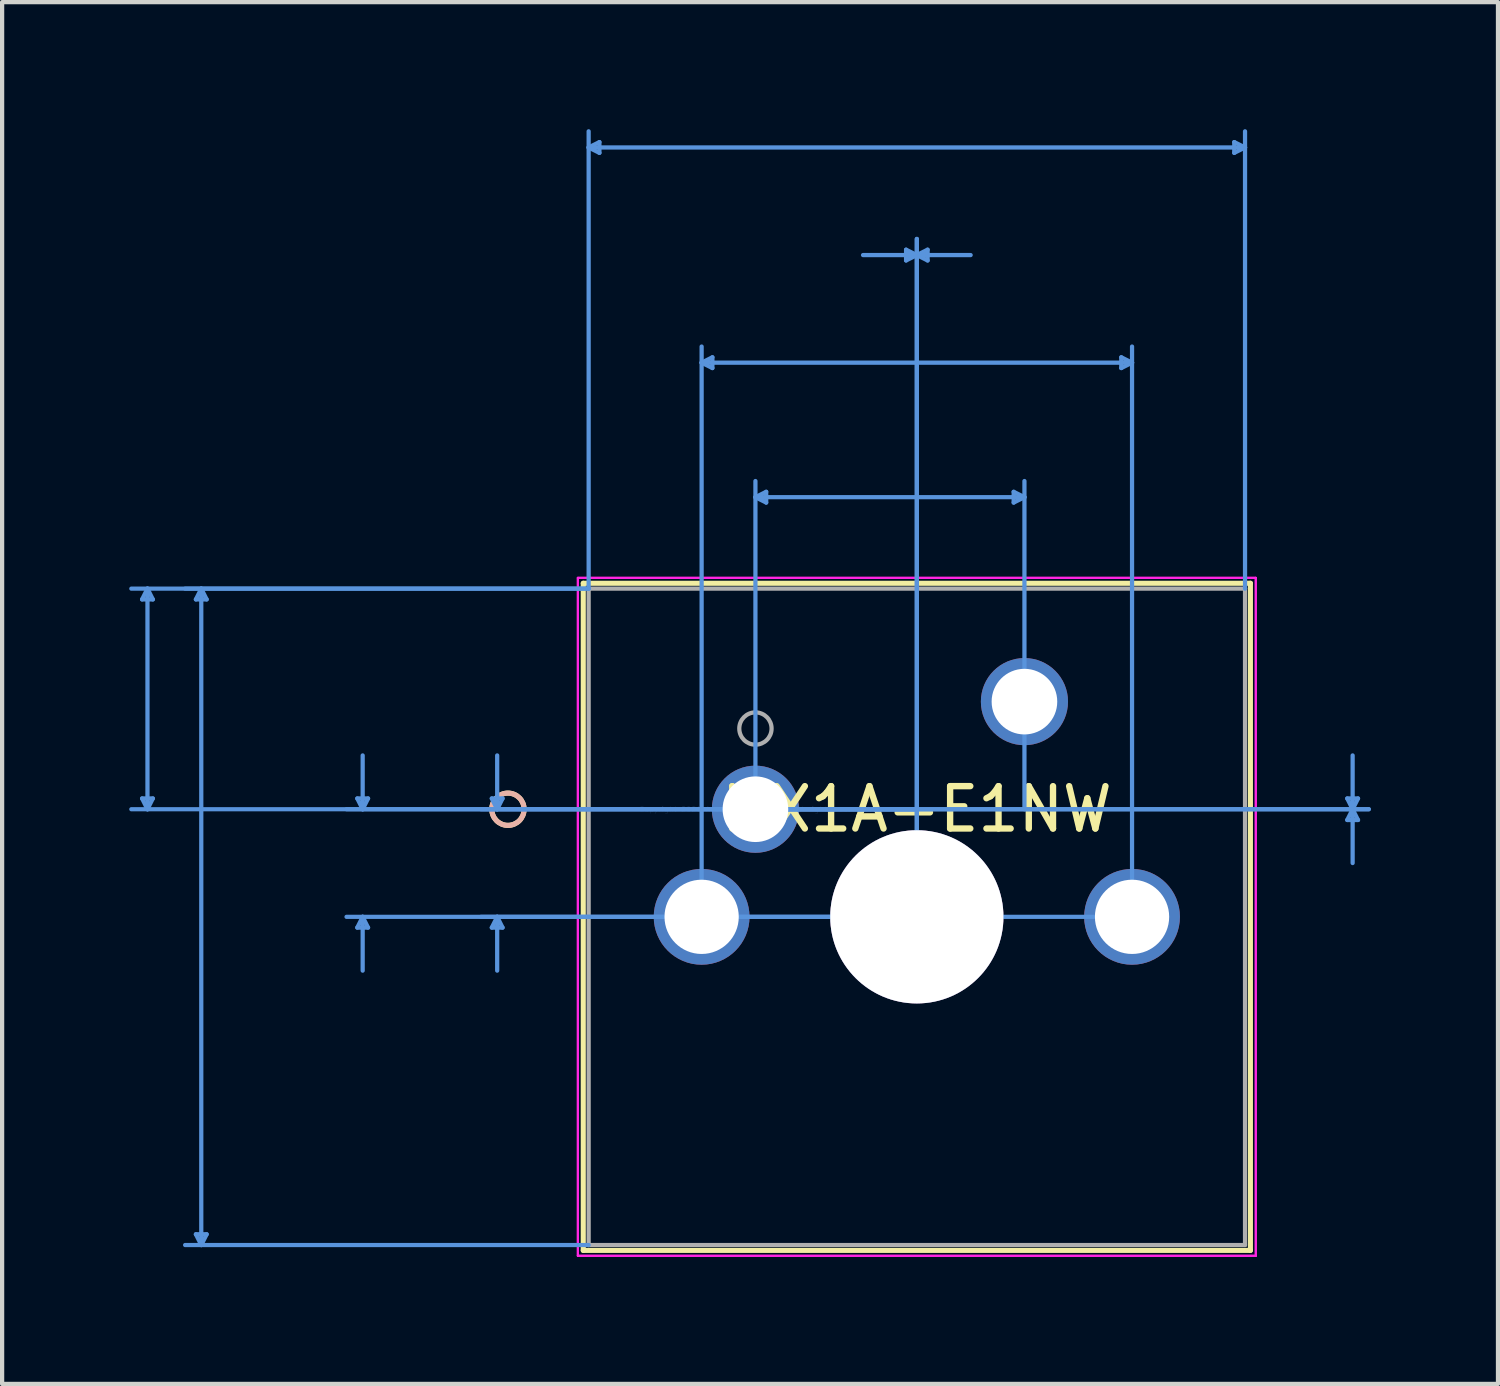
<source format=kicad_pcb>
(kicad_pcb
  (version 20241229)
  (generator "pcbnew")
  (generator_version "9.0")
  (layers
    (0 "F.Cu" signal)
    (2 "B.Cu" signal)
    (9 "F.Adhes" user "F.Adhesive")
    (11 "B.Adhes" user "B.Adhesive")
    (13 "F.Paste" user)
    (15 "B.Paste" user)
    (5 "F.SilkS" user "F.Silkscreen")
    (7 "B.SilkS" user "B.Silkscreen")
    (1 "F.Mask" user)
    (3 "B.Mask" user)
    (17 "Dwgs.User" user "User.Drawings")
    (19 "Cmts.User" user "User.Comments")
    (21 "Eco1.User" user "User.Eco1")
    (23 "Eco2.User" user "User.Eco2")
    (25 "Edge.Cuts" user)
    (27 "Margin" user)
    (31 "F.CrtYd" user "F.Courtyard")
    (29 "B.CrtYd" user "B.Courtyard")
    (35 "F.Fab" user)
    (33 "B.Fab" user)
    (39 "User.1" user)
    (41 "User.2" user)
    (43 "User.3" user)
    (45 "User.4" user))
  (footprint "MX1A-E1NW"
    (layer "F.Cu")
    (at 14.782 16.052)
    (property "Reference" "MX1A-E1NW" (at 3.81 0 0) (layer "F.SilkS") (effects (font (size 1 1) (thickness 0.15))))
    (attr through_hole)
    (fp_line (start -4.064 -5.334) (end -4.064 10.414) (stroke (width 0.12) (type solid)) (layer "F.SilkS"))
    (fp_line (start -4.064 10.414) (end 11.684 10.414) (stroke (width 0.12) (type solid)) (layer "F.SilkS"))
    (fp_line (start 11.684 -5.334) (end -4.064 -5.334) (stroke (width 0.12) (type solid)) (layer "F.SilkS"))
    (fp_line (start 11.684 10.414) (end 11.684 -5.334) (stroke (width 0.12) (type solid)) (layer "F.SilkS"))
    (fp_circle (center -5.842 0) (end -5.461 0) (stroke (width 0.12) (type solid)) (fill no) (layer "F.SilkS"))
    (fp_circle (center -5.842 0) (end -5.461 0) (stroke (width 0.12) (type solid)) (fill no) (layer "B.SilkS"))
    (fp_line (start -14.478 -4.953) (end -14.224 -4.953) (stroke (width 0.1) (type solid)) (layer "Cmts.User"))
    (fp_line (start -14.478 -0.254) (end -14.224 -0.254) (stroke (width 0.1) (type solid)) (layer "Cmts.User"))
    (fp_line (start -14.351 -5.207) (end -14.478 -4.953) (stroke (width 0.1) (type solid)) (layer "Cmts.User"))
    (fp_line (start -14.351 -5.207) (end -14.351 0) (stroke (width 0.1) (type solid)) (layer "Cmts.User"))
    (fp_line (start -14.351 -5.207) (end -14.224 -4.953) (stroke (width 0.1) (type solid)) (layer "Cmts.User"))
    (fp_line (start -14.351 0) (end -14.478 -0.254) (stroke (width 0.1) (type solid)) (layer "Cmts.User"))
    (fp_line (start -14.351 0) (end -14.224 -0.254) (stroke (width 0.1) (type solid)) (layer "Cmts.User"))
    (fp_line (start -13.208 -4.953) (end -12.954 -4.953) (stroke (width 0.1) (type solid)) (layer "Cmts.User"))
    (fp_line (start -13.208 10.033) (end -12.954 10.033) (stroke (width 0.1) (type solid)) (layer "Cmts.User"))
    (fp_line (start -13.081 -5.207) (end -13.208 -4.953) (stroke (width 0.1) (type solid)) (layer "Cmts.User"))
    (fp_line (start -13.081 -5.207) (end -13.081 10.287) (stroke (width 0.1) (type solid)) (layer "Cmts.User"))
    (fp_line (start -13.081 -5.207) (end -12.954 -4.953) (stroke (width 0.1) (type solid)) (layer "Cmts.User"))
    (fp_line (start -13.081 10.287) (end -13.208 10.033) (stroke (width 0.1) (type solid)) (layer "Cmts.User"))
    (fp_line (start -13.081 10.287) (end -12.954 10.033) (stroke (width 0.1) (type solid)) (layer "Cmts.User"))
    (fp_line (start -9.398 -0.254) (end -9.144 -0.254) (stroke (width 0.1) (type solid)) (layer "Cmts.User"))
    (fp_line (start -9.398 2.794) (end -9.144 2.794) (stroke (width 0.1) (type solid)) (layer "Cmts.User"))
    (fp_line (start -9.271 0) (end -9.398 -0.254) (stroke (width 0.1) (type solid)) (layer "Cmts.User"))
    (fp_line (start -9.271 0) (end -9.271 -1.27) (stroke (width 0.1) (type solid)) (layer "Cmts.User"))
    (fp_line (start -9.271 0) (end -9.144 -0.254) (stroke (width 0.1) (type solid)) (layer "Cmts.User"))
    (fp_line (start -9.271 2.54) (end -9.398 2.794) (stroke (width 0.1) (type solid)) (layer "Cmts.User"))
    (fp_line (start -9.271 2.54) (end -9.271 3.81) (stroke (width 0.1) (type solid)) (layer "Cmts.User"))
    (fp_line (start -9.271 2.54) (end -9.144 2.794) (stroke (width 0.1) (type solid)) (layer "Cmts.User"))
    (fp_line (start -6.223 -0.254) (end -5.969 -0.254) (stroke (width 0.1) (type solid)) (layer "Cmts.User"))
    (fp_line (start -6.223 2.794) (end -5.969 2.794) (stroke (width 0.1) (type solid)) (layer "Cmts.User"))
    (fp_line (start -6.096 0) (end -6.223 -0.254) (stroke (width 0.1) (type solid)) (layer "Cmts.User"))
    (fp_line (start -6.096 0) (end -6.096 -1.27) (stroke (width 0.1) (type solid)) (layer "Cmts.User"))
    (fp_line (start -6.096 0) (end -5.969 -0.254) (stroke (width 0.1) (type solid)) (layer "Cmts.User"))
    (fp_line (start -6.096 2.54) (end -6.223 2.794) (stroke (width 0.1) (type solid)) (layer "Cmts.User"))
    (fp_line (start -6.096 2.54) (end -6.096 3.81) (stroke (width 0.1) (type solid)) (layer "Cmts.User"))
    (fp_line (start -6.096 2.54) (end -5.969 2.794) (stroke (width 0.1) (type solid)) (layer "Cmts.User"))
    (fp_line (start -3.937 -15.621) (end -3.683 -15.748) (stroke (width 0.1) (type solid)) (layer "Cmts.User"))
    (fp_line (start -3.937 -15.621) (end -3.683 -15.494) (stroke (width 0.1) (type solid)) (layer "Cmts.User"))
    (fp_line (start -3.937 -15.621) (end 11.557 -15.621) (stroke (width 0.1) (type solid)) (layer "Cmts.User"))
    (fp_line (start -3.937 -5.207) (end -14.732 -5.207) (stroke (width 0.1) (type solid)) (layer "Cmts.User"))
    (fp_line (start -3.937 -5.207) (end -13.462 -5.207) (stroke (width 0.1) (type solid)) (layer "Cmts.User"))
    (fp_line (start -3.937 -5.207) (end -3.937 -16.002) (stroke (width 0.1) (type solid)) (layer "Cmts.User"))
    (fp_line (start -3.937 10.287) (end -13.462 10.287) (stroke (width 0.1) (type solid)) (layer "Cmts.User"))
    (fp_line (start -3.683 -15.748) (end -3.683 -15.494) (stroke (width 0.1) (type solid)) (layer "Cmts.User"))
    (fp_line (start -1.27 -10.541) (end -1.016 -10.668) (stroke (width 0.1) (type solid)) (layer "Cmts.User"))
    (fp_line (start -1.27 -10.541) (end -1.016 -10.414) (stroke (width 0.1) (type solid)) (layer "Cmts.User"))
    (fp_line (start -1.27 -10.541) (end 8.89 -10.541) (stroke (width 0.1) (type solid)) (layer "Cmts.User"))
    (fp_line (start -1.27 2.54) (end -1.27 -10.922) (stroke (width 0.1) (type solid)) (layer "Cmts.User"))
    (fp_line (start -1.016 -10.668) (end -1.016 -10.414) (stroke (width 0.1) (type solid)) (layer "Cmts.User"))
    (fp_line (start 0 -7.366) (end 0.254 -7.493) (stroke (width 0.1) (type solid)) (layer "Cmts.User"))
    (fp_line (start 0 -7.366) (end 0.254 -7.239) (stroke (width 0.1) (type solid)) (layer "Cmts.User"))
    (fp_line (start 0 -7.366) (end 6.35 -7.366) (stroke (width 0.1) (type solid)) (layer "Cmts.User"))
    (fp_line (start 0 0) (end 0 -7.747) (stroke (width 0.1) (type solid)) (layer "Cmts.User"))
    (fp_line (start 0 0) (end 14.478 0) (stroke (width 0.1) (type solid)) (layer "Cmts.User"))
    (fp_line (start 0 0) (end 14.478 0) (stroke (width 0.1) (type solid)) (layer "Cmts.User"))
    (fp_line (start 0.254 -7.493) (end 0.254 -7.239) (stroke (width 0.1) (type solid)) (layer "Cmts.User"))
    (fp_line (start 3.556 -13.208) (end 3.556 -12.954) (stroke (width 0.1) (type solid)) (layer "Cmts.User"))
    (fp_line (start 3.81 -13.081) (end 2.54 -13.081) (stroke (width 0.1) (type solid)) (layer "Cmts.User"))
    (fp_line (start 3.81 -13.081) (end 3.556 -13.208) (stroke (width 0.1) (type solid)) (layer "Cmts.User"))
    (fp_line (start 3.81 -13.081) (end 3.556 -12.954) (stroke (width 0.1) (type solid)) (layer "Cmts.User"))
    (fp_line (start 3.81 -13.081) (end 4.064 -13.208) (stroke (width 0.1) (type solid)) (layer "Cmts.User"))
    (fp_line (start 3.81 -13.081) (end 4.064 -12.954) (stroke (width 0.1) (type solid)) (layer "Cmts.User"))
    (fp_line (start 3.81 -13.081) (end 5.08 -13.081) (stroke (width 0.1) (type solid)) (layer "Cmts.User"))
    (fp_line (start 3.81 0) (end -14.732 0) (stroke (width 0.1) (type solid)) (layer "Cmts.User"))
    (fp_line (start 3.81 0) (end -9.652 0) (stroke (width 0.1) (type solid)) (layer "Cmts.User"))
    (fp_line (start 3.81 0) (end -6.477 0) (stroke (width 0.1) (type solid)) (layer "Cmts.User"))
    (fp_line (start 3.81 2.54) (end -6.477 2.54) (stroke (width 0.1) (type solid)) (layer "Cmts.User"))
    (fp_line (start 3.81 2.54) (end 3.81 -13.462) (stroke (width 0.1) (type solid)) (layer "Cmts.User"))
    (fp_line (start 3.81 2.54) (end 3.81 -13.462) (stroke (width 0.1) (type solid)) (layer "Cmts.User"))
    (fp_line (start 4.064 -13.208) (end 4.064 -12.954) (stroke (width 0.1) (type solid)) (layer "Cmts.User"))
    (fp_line (start 6.096 -7.493) (end 6.096 -7.239) (stroke (width 0.1) (type solid)) (layer "Cmts.User"))
    (fp_line (start 6.35 -7.366) (end 6.096 -7.493) (stroke (width 0.1) (type solid)) (layer "Cmts.User"))
    (fp_line (start 6.35 -7.366) (end 6.096 -7.239) (stroke (width 0.1) (type solid)) (layer "Cmts.User"))
    (fp_line (start 6.35 0) (end 6.35 -7.747) (stroke (width 0.1) (type solid)) (layer "Cmts.User"))
    (fp_line (start 8.636 -10.668) (end 8.636 -10.414) (stroke (width 0.1) (type solid)) (layer "Cmts.User"))
    (fp_line (start 8.89 -10.541) (end 8.636 -10.668) (stroke (width 0.1) (type solid)) (layer "Cmts.User"))
    (fp_line (start 8.89 -10.541) (end 8.636 -10.414) (stroke (width 0.1) (type solid)) (layer "Cmts.User"))
    (fp_line (start 8.89 2.54) (end -9.652 2.54) (stroke (width 0.1) (type solid)) (layer "Cmts.User"))
    (fp_line (start 8.89 2.54) (end 8.89 -10.922) (stroke (width 0.1) (type solid)) (layer "Cmts.User"))
    (fp_line (start 11.303 -15.748) (end 11.303 -15.494) (stroke (width 0.1) (type solid)) (layer "Cmts.User"))
    (fp_line (start 11.557 -15.621) (end 11.303 -15.748) (stroke (width 0.1) (type solid)) (layer "Cmts.User"))
    (fp_line (start 11.557 -15.621) (end 11.303 -15.494) (stroke (width 0.1) (type solid)) (layer "Cmts.User"))
    (fp_line (start 11.557 -5.207) (end 11.557 -16.002) (stroke (width 0.1) (type solid)) (layer "Cmts.User"))
    (fp_line (start 13.97 -0.254) (end 14.224 -0.254) (stroke (width 0.1) (type solid)) (layer "Cmts.User"))
    (fp_line (start 13.97 0.254) (end 14.224 0.254) (stroke (width 0.1) (type solid)) (layer "Cmts.User"))
    (fp_line (start 14.097 0) (end 13.97 -0.254) (stroke (width 0.1) (type solid)) (layer "Cmts.User"))
    (fp_line (start 14.097 0) (end 13.97 0.254) (stroke (width 0.1) (type solid)) (layer "Cmts.User"))
    (fp_line (start 14.097 0) (end 14.097 -1.27) (stroke (width 0.1) (type solid)) (layer "Cmts.User"))
    (fp_line (start 14.097 0) (end 14.097 1.27) (stroke (width 0.1) (type solid)) (layer "Cmts.User"))
    (fp_line (start 14.097 0) (end 14.224 -0.254) (stroke (width 0.1) (type solid)) (layer "Cmts.User"))
    (fp_line (start 14.097 0) (end 14.224 0.254) (stroke (width 0.1) (type solid)) (layer "Cmts.User"))
    (fp_line (start -4.191 -5.461) (end -4.191 10.541) (stroke (width 0.05) (type solid)) (layer "F.CrtYd"))
    (fp_line (start -4.191 -5.461) (end -4.191 10.541) (stroke (width 0.05) (type solid)) (layer "F.CrtYd"))
    (fp_line (start -4.191 10.541) (end 11.811 10.541) (stroke (width 0.05) (type solid)) (layer "F.CrtYd"))
    (fp_line (start -4.191 10.541) (end 11.811 10.541) (stroke (width 0.05) (type solid)) (layer "F.CrtYd"))
    (fp_line (start 11.811 -5.461) (end -4.191 -5.461) (stroke (width 0.05) (type solid)) (layer "F.CrtYd"))
    (fp_line (start 11.811 -5.461) (end -4.191 -5.461) (stroke (width 0.05) (type solid)) (layer "F.CrtYd"))
    (fp_line (start 11.811 10.541) (end 11.811 -5.461) (stroke (width 0.05) (type solid)) (layer "F.CrtYd"))
    (fp_line (start 11.811 10.541) (end 11.811 -5.461) (stroke (width 0.05) (type solid)) (layer "F.CrtYd"))
    (fp_line (start -3.937 -5.207) (end -3.937 10.287) (stroke (width 0.1) (type solid)) (layer "F.Fab"))
    (fp_line (start -3.937 10.287) (end 11.557 10.287) (stroke (width 0.1) (type solid)) (layer "F.Fab"))
    (fp_line (start 11.557 -5.207) (end -3.937 -5.207) (stroke (width 0.1) (type solid)) (layer "F.Fab"))
    (fp_line (start 11.557 10.287) (end 11.557 -5.207) (stroke (width 0.1) (type solid)) (layer "F.Fab"))
    (fp_circle (center 0 -1.905) (end 0.381 -1.905) (stroke (width 0.1) (type solid)) (fill no) (layer "F.Fab"))
    (fp_text user "*" (at 0 0 0) (layer "F.SilkS") (effects (font (size 1 1) (thickness 0.15))))
    (fp_text user "Copyright 2021 Accelerated Designs. All rights reserved." (at 0 0 0) (layer "Cmts.User") (effects (font (size 0.127 0.127) (thickness 0.002))))
    (fp_text user "*" (at 0 0 0) (layer "F.Fab") (effects (font (size 1 1) (thickness 0.15))))
    (pad "1" thru_hole circle (at 0 0) (size 2.057 2.057) (drill 1.549) (layers "*.Cu" "*.Mask"))
    (pad "2" thru_hole circle (at 6.35 -2.54) (size 2.057 2.057) (drill 1.549) (layers "*.Cu" "*.Mask"))
    (pad "3" thru_hole circle (at 3.81 2.54) (size 4.089 4.089) (drill 4.089) (layers "*.Cu" "*.Mask"))
    (pad "4" thru_hole circle (at -1.27 2.54) (size 2.261 2.261) (drill 1.753) (layers "*.Cu" "*.Mask"))
    (pad "5" thru_hole circle (at 8.89 2.54) (size 2.261 2.261) (drill 1.753) (layers "*.Cu" "*.Mask")))
  (gr_rect
    (start -3 -3)
    (end 32.31 29.618)
    (stroke (width 0.1) (type default))
    (fill no)
    (layer "Edge.Cuts")))
</source>
